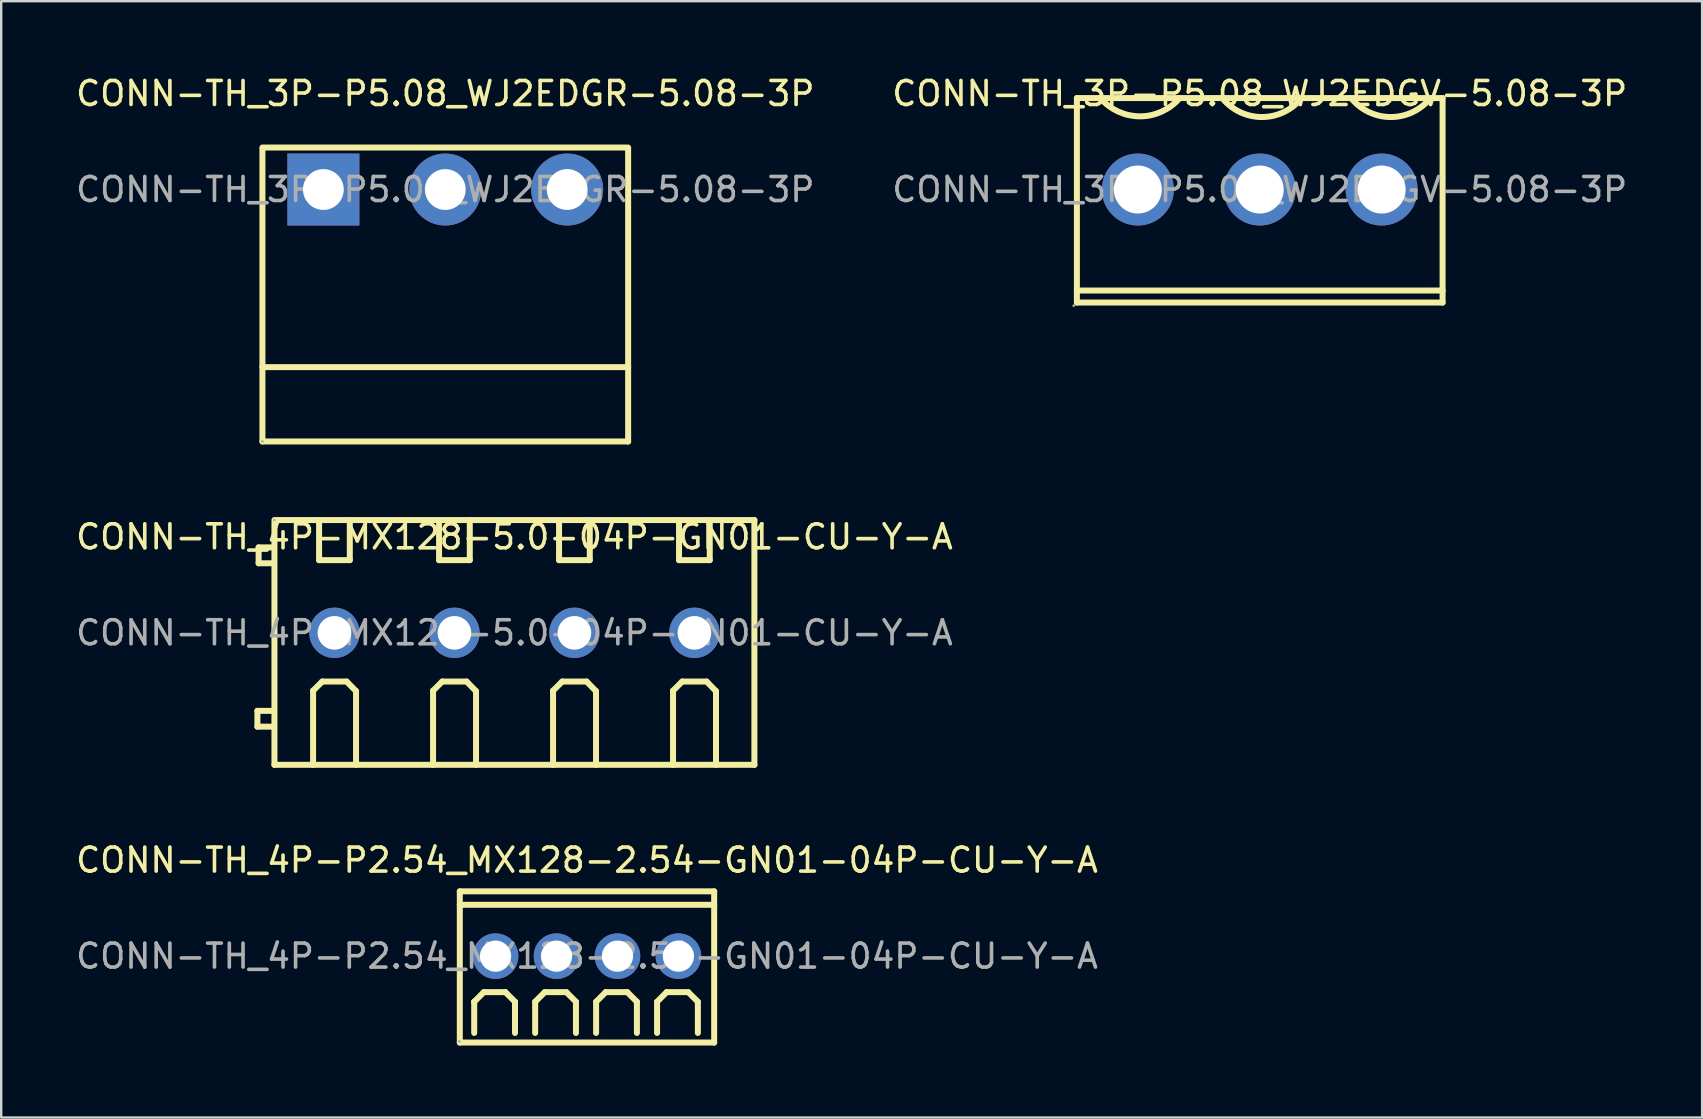
<source format=kicad_pcb>
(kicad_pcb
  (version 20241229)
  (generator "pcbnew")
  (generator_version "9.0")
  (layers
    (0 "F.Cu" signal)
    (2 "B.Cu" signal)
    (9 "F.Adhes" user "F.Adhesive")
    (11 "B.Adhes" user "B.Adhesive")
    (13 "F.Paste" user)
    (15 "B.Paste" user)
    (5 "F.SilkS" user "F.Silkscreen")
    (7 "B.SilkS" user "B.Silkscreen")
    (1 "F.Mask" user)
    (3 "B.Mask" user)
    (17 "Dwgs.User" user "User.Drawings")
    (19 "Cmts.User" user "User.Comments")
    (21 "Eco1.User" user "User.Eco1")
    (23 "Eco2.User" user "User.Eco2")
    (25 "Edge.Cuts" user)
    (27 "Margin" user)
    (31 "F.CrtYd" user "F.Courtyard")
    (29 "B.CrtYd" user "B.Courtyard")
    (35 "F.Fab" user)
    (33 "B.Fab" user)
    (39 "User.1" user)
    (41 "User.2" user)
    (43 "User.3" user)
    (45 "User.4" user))
  (footprint "CONN-TH_4P-P2.54_MX128-2.54-GN01-04P-CU-Y-A"
    (layer "F.Cu")
    (at 21.411 36.795)
    (property "Reference" "CONN-TH_4P-P2.54_MX128-2.54-GN01-04P-CU-Y-A" (at 0 -4 0) (layer "F.SilkS") (effects (font (size 1 1) (thickness 0.15))))
    (attr through_hole)
    (fp_line (start -5.3 -2.7) (end 5.3 -2.7) (stroke (width 0.25) (type solid)) (layer "F.SilkS"))
    (fp_line (start -5.3 -2.14) (end 5.3 -2.14) (stroke (width 0.25) (type solid)) (layer "F.SilkS"))
    (fp_line (start -5.3 3.6) (end -5.3 -2.7) (stroke (width 0.25) (type solid)) (layer "F.SilkS"))
    (fp_line (start -4.7 1.9) (end -4.7 1.9) (stroke (width 0.25) (type solid)) (layer "F.SilkS"))
    (fp_line (start -4.7 1.9) (end -4.3 1.5) (stroke (width 0.25) (type solid)) (layer "F.SilkS"))
    (fp_line (start -4.7 3.2) (end -4.7 1.9) (stroke (width 0.25) (type solid)) (layer "F.SilkS"))
    (fp_line (start -3.4 1.5) (end -4.3 1.5) (stroke (width 0.25) (type solid)) (layer "F.SilkS"))
    (fp_line (start -3 1.9) (end -3.4 1.5) (stroke (width 0.25) (type solid)) (layer "F.SilkS"))
    (fp_line (start -3 1.9) (end -3 3.2) (stroke (width 0.25) (type solid)) (layer "F.SilkS"))
    (fp_line (start -2.16 1.9) (end -1.76 1.5) (stroke (width 0.25) (type solid)) (layer "F.SilkS"))
    (fp_line (start -2.16 3.2) (end -2.16 1.9) (stroke (width 0.25) (type solid)) (layer "F.SilkS"))
    (fp_line (start -0.86 1.5) (end -1.76 1.5) (stroke (width 0.25) (type solid)) (layer "F.SilkS"))
    (fp_line (start -0.46 1.9) (end -0.86 1.5) (stroke (width 0.25) (type solid)) (layer "F.SilkS"))
    (fp_line (start -0.46 1.9) (end -0.46 3.2) (stroke (width 0.25) (type solid)) (layer "F.SilkS"))
    (fp_line (start 0.38 1.9) (end 0.78 1.5) (stroke (width 0.25) (type solid)) (layer "F.SilkS"))
    (fp_line (start 0.38 3.2) (end 0.38 1.9) (stroke (width 0.25) (type solid)) (layer "F.SilkS"))
    (fp_line (start 1.68 1.5) (end 0.78 1.5) (stroke (width 0.25) (type solid)) (layer "F.SilkS"))
    (fp_line (start 2.08 1.9) (end 1.68 1.5) (stroke (width 0.25) (type solid)) (layer "F.SilkS"))
    (fp_line (start 2.08 1.9) (end 2.08 3.2) (stroke (width 0.25) (type solid)) (layer "F.SilkS"))
    (fp_line (start 2.92 1.9) (end 3.32 1.5) (stroke (width 0.25) (type solid)) (layer "F.SilkS"))
    (fp_line (start 2.92 3.2) (end 2.92 1.9) (stroke (width 0.25) (type solid)) (layer "F.SilkS"))
    (fp_line (start 4.22 1.5) (end 3.32 1.5) (stroke (width 0.25) (type solid)) (layer "F.SilkS"))
    (fp_line (start 4.62 1.9) (end 4.22 1.5) (stroke (width 0.25) (type solid)) (layer "F.SilkS"))
    (fp_line (start 4.62 1.9) (end 4.62 3.2) (stroke (width 0.25) (type solid)) (layer "F.SilkS"))
    (fp_line (start 5.3 -2.7) (end 5.3 3.6) (stroke (width 0.25) (type solid)) (layer "F.SilkS"))
    (fp_line (start 5.3 3.6) (end -5.3 3.6) (stroke (width 0.25) (type solid)) (layer "F.SilkS"))
    (fp_circle (center -5.32 3.55) (end -5.29 3.55) (stroke (width 0.06) (type solid)) (fill no) (layer "F.Fab"))
    (fp_text user "${REFERENCE}" (at 0 0 0) (layer "F.Fab") (effects (font (size 1 1) (thickness 0.15))))
    (pad "1" thru_hole circle (at -3.81 0) (size 1.9 1.9) (drill 1.3) (layers "*.Cu" "*.Mask"))
    (pad "2" thru_hole circle (at -1.27 0) (size 1.9 1.9) (drill 1.3) (layers "*.Cu" "*.Mask"))
    (pad "3" thru_hole circle (at 1.27 0) (size 1.9 1.9) (drill 1.3) (layers "*.Cu" "*.Mask"))
    (pad "4" thru_hole circle (at 3.81 0) (size 1.9 1.9) (drill 1.3) (layers "*.Cu" "*.Mask")))
  (footprint "CONN-TH_4P-MX128-5.0-04P-GN01-CU-Y-A"
    (layer "F.Cu")
    (at 18.387 23.322)
    (property "Reference" "CONN-TH_4P-MX128-5.0-04P-GN01-CU-Y-A" (at 0 -4 0) (layer "F.SilkS") (effects (font (size 1 1) (thickness 0.15))))
    (attr through_hole)
    (fp_line (start -10.71 3.25) (end -10.71 3.91) (stroke (width 0.25) (type solid)) (layer "F.SilkS"))
    (fp_line (start -10.71 3.91) (end -10.11 3.91) (stroke (width 0.25) (type solid)) (layer "F.SilkS"))
    (fp_line (start -10.66 -3.56) (end -10.66 -2.9) (stroke (width 0.25) (type solid)) (layer "F.SilkS"))
    (fp_line (start -10.66 -2.9) (end -10.06 -2.9) (stroke (width 0.25) (type solid)) (layer "F.SilkS"))
    (fp_line (start -10.11 3.25) (end -10.71 3.25) (stroke (width 0.25) (type solid)) (layer "F.SilkS"))
    (fp_line (start -10.06 -3.56) (end -10.66 -3.56) (stroke (width 0.25) (type solid)) (layer "F.SilkS"))
    (fp_line (start -10 -4.7) (end 10 -4.7) (stroke (width 0.25) (type solid)) (layer "F.SilkS"))
    (fp_line (start -10 5.5) (end -10 -4.6) (stroke (width 0.25) (type solid)) (layer "F.SilkS"))
    (fp_line (start -8.39 2.41) (end -8.39 5.5) (stroke (width 0.25) (type solid)) (layer "F.SilkS"))
    (fp_line (start -8.39 2.41) (end -8.01 2.03) (stroke (width 0.25) (type solid)) (layer "F.SilkS"))
    (fp_line (start -8.14 -3.03) (end -8.14 -4.7) (stroke (width 0.25) (type solid)) (layer "F.SilkS"))
    (fp_line (start -8.14 -3.03) (end -6.86 -3.03) (stroke (width 0.25) (type solid)) (layer "F.SilkS"))
    (fp_line (start -8.01 2.03) (end -6.99 2.03) (stroke (width 0.25) (type solid)) (layer "F.SilkS"))
    (fp_line (start -6.99 2.03) (end -6.6 2.43) (stroke (width 0.25) (type solid)) (layer "F.SilkS"))
    (fp_line (start -6.86 -3.03) (end -6.86 -4.7) (stroke (width 0.25) (type solid)) (layer "F.SilkS"))
    (fp_line (start -6.6 2.43) (end -6.6 5.5) (stroke (width 0.25) (type solid)) (layer "F.SilkS"))
    (fp_line (start -3.39 2.41) (end -3.39 5.5) (stroke (width 0.25) (type solid)) (layer "F.SilkS"))
    (fp_line (start -3.39 2.41) (end -3.01 2.03) (stroke (width 0.25) (type solid)) (layer "F.SilkS"))
    (fp_line (start -3.14 -3.03) (end -3.14 -4.7) (stroke (width 0.25) (type solid)) (layer "F.SilkS"))
    (fp_line (start -3.14 -3.03) (end -1.86 -3.03) (stroke (width 0.25) (type solid)) (layer "F.SilkS"))
    (fp_line (start -3.01 2.03) (end -1.99 2.03) (stroke (width 0.25) (type solid)) (layer "F.SilkS"))
    (fp_line (start -1.99 2.03) (end -1.6 2.43) (stroke (width 0.25) (type solid)) (layer "F.SilkS"))
    (fp_line (start -1.86 -3.03) (end -1.86 -4.7) (stroke (width 0.25) (type solid)) (layer "F.SilkS"))
    (fp_line (start -1.6 2.43) (end -1.6 5.5) (stroke (width 0.25) (type solid)) (layer "F.SilkS"))
    (fp_line (start 1.61 2.41) (end 1.61 5.5) (stroke (width 0.25) (type solid)) (layer "F.SilkS"))
    (fp_line (start 1.61 2.41) (end 1.99 2.03) (stroke (width 0.25) (type solid)) (layer "F.SilkS"))
    (fp_line (start 1.86 -3.03) (end 1.86 -4.7) (stroke (width 0.25) (type solid)) (layer "F.SilkS"))
    (fp_line (start 1.86 -3.03) (end 3.14 -3.03) (stroke (width 0.25) (type solid)) (layer "F.SilkS"))
    (fp_line (start 1.99 2.03) (end 3.01 2.03) (stroke (width 0.25) (type solid)) (layer "F.SilkS"))
    (fp_line (start 3.01 2.03) (end 3.4 2.43) (stroke (width 0.25) (type solid)) (layer "F.SilkS"))
    (fp_line (start 3.14 -3.03) (end 3.14 -4.7) (stroke (width 0.25) (type solid)) (layer "F.SilkS"))
    (fp_line (start 3.4 2.43) (end 3.4 5.5) (stroke (width 0.25) (type solid)) (layer "F.SilkS"))
    (fp_line (start 6.61 2.41) (end 6.61 5.5) (stroke (width 0.25) (type solid)) (layer "F.SilkS"))
    (fp_line (start 6.61 2.41) (end 6.99 2.03) (stroke (width 0.25) (type solid)) (layer "F.SilkS"))
    (fp_line (start 6.86 -3.03) (end 6.86 -4.7) (stroke (width 0.25) (type solid)) (layer "F.SilkS"))
    (fp_line (start 6.86 -3.03) (end 8.14 -3.03) (stroke (width 0.25) (type solid)) (layer "F.SilkS"))
    (fp_line (start 6.99 2.03) (end 8.01 2.03) (stroke (width 0.25) (type solid)) (layer "F.SilkS"))
    (fp_line (start 8.01 2.03) (end 8.4 2.43) (stroke (width 0.25) (type solid)) (layer "F.SilkS"))
    (fp_line (start 8.14 -3.03) (end 8.14 -4.7) (stroke (width 0.25) (type solid)) (layer "F.SilkS"))
    (fp_line (start 8.4 2.43) (end 8.4 5.5) (stroke (width 0.25) (type solid)) (layer "F.SilkS"))
    (fp_line (start 10 -4.7) (end 10 5.5) (stroke (width 0.25) (type solid)) (layer "F.SilkS"))
    (fp_line (start 10 5.5) (end -10 5.5) (stroke (width 0.25) (type solid)) (layer "F.SilkS"))
    (fp_circle (center -10 -4.7) (end -9.97 -4.7) (stroke (width 0.06) (type solid)) (fill no) (layer "F.Fab"))
    (fp_text user "${REFERENCE}" (at 0 0 0) (layer "F.Fab") (effects (font (size 1 1) (thickness 0.15))))
    (pad "1" thru_hole circle (at -7.5 0) (size 2.1 2.1) (drill 1.4) (layers "*.Cu" "*.Mask"))
    (pad "2" thru_hole circle (at -2.5 0) (size 2.1 2.1) (drill 1.4) (layers "*.Cu" "*.Mask"))
    (pad "3" thru_hole circle (at 2.5 0) (size 2.1 2.1) (drill 1.4) (layers "*.Cu" "*.Mask"))
    (pad "4" thru_hole circle (at 7.5 0) (size 2.1 2.1) (drill 1.4) (layers "*.Cu" "*.Mask")))
  (footprint "CONN-TH_3P-P5.08_WJ2EDGR-5.08-3P"
    (layer "F.Cu")
    (at 15.506 4.848)
    (property "Reference" "CONN-TH_3P-P5.08_WJ2EDGR-5.08-3P" (at 0 -4 0) (layer "F.SilkS") (effects (font (size 1 1) (thickness 0.15))))
    (attr through_hole)
    (fp_line (start -7.62 7.4) (end 7.62 7.4) (stroke (width 0.25) (type solid)) (layer "F.SilkS"))
    (fp_line (start -7.62 10.5) (end -7.62 -1.7) (stroke (width 0.25) (type solid)) (layer "F.SilkS"))
    (fp_line (start 7.62 -1.75) (end -7.62 -1.75) (stroke (width 0.25) (type solid)) (layer "F.SilkS"))
    (fp_line (start 7.62 -1.7) (end 7.62 10.5) (stroke (width 0.25) (type solid)) (layer "F.SilkS"))
    (fp_line (start 7.62 10.5) (end -7.62 10.5) (stroke (width 0.25) (type solid)) (layer "F.SilkS"))
    (fp_circle (center -7.62 10.5) (end -7.59 10.5) (stroke (width 0.06) (type solid)) (fill no) (layer "F.Fab"))
    (fp_text user "${REFERENCE}" (at 0 0 0) (layer "F.Fab") (effects (font (size 1 1) (thickness 0.15))))
    (pad "1" thru_hole rect (at -5.08 0) (size 3 3) (drill 1.7) (layers "*.Cu" "*.Mask"))
    (pad "2" thru_hole circle (at 0 0) (size 3 3) (drill 1.7) (layers "*.Cu" "*.Mask"))
    (pad "3" thru_hole circle (at 5.08 0) (size 3 3) (drill 1.7) (layers "*.Cu" "*.Mask")))
  (footprint "CONN-TH_3P-P5.08_WJ2EDGV-5.08-3P"
    (layer "F.Cu")
    (at 49.446 4.848)
    (property "Reference" "CONN-TH_3P-P5.08_WJ2EDGV-5.08-3P" (at 0 -4 0) (layer "F.SilkS") (effects (font (size 1 1) (thickness 0.15))))
    (attr through_hole)
    (fp_line (start -7.62 -3.81) (end 7.62 -3.81) (stroke (width 0.25) (type solid)) (layer "F.SilkS"))
    (fp_line (start -7.62 4.71) (end -7.62 -3.81) (stroke (width 0.25) (type solid)) (layer "F.SilkS"))
    (fp_line (start -7.62 4.71) (end 7.62 4.71) (stroke (width 0.25) (type solid)) (layer "F.SilkS"))
    (fp_line (start 7.62 4.21) (end -7.62 4.21) (stroke (width 0.25) (type solid)) (layer "F.SilkS"))
    (fp_line (start 7.62 4.71) (end 7.62 -3.81) (stroke (width 0.25) (type solid)) (layer "F.SilkS"))
    (fp_arc (start -3.34 -3.81) (mid -4.990394 -3.049608) (end -6.640511 -3.810599) (stroke (width 0.25) (type solid)) (layer "F.SilkS"))
    (fp_arc (start 1.74 -3.81) (mid 0.090891 -3.020708) (end -1.558881 -3.808614) (stroke (width 0.25) (type solid)) (layer "F.SilkS"))
    (fp_arc (start 7.11 -3.81) (mid 5.460891 -3.020708) (end 3.811119 -3.808614) (stroke (width 0.25) (type solid)) (layer "F.SilkS"))
    (fp_circle (center -7.75 4.84) (end -7.72 4.84) (stroke (width 0.06) (type solid)) (fill no) (layer "F.Fab"))
    (fp_circle (center -5.08 0) (end -4.63 0) (stroke (width 0.9) (type solid)) (fill no) (layer "F.Fab"))
    (fp_circle (center 0 0) (end 0.45 0) (stroke (width 0.9) (type solid)) (fill no) (layer "F.Fab"))
    (fp_circle (center 5.08 0) (end 5.53 0) (stroke (width 0.9) (type solid)) (fill no) (layer "F.Fab"))
    (fp_text user "${REFERENCE}" (at 0 0 0) (layer "F.Fab") (effects (font (size 1 1) (thickness 0.15))))
    (pad "1" thru_hole circle (at -5.08 0) (size 3 3) (drill 2) (layers "*.Cu" "*.Mask"))
    (pad "2" thru_hole circle (at 0 0) (size 3 3) (drill 2) (layers "*.Cu" "*.Mask"))
    (pad "3" thru_hole circle (at 5.08 0) (size 3 3) (drill 2) (layers "*.Cu" "*.Mask")))
  (gr_rect
    (start -3 -3)
    (end 67.881 43.52)
    (stroke (width 0.1) (type default))
    (fill no)
    (layer "Edge.Cuts")))
</source>
